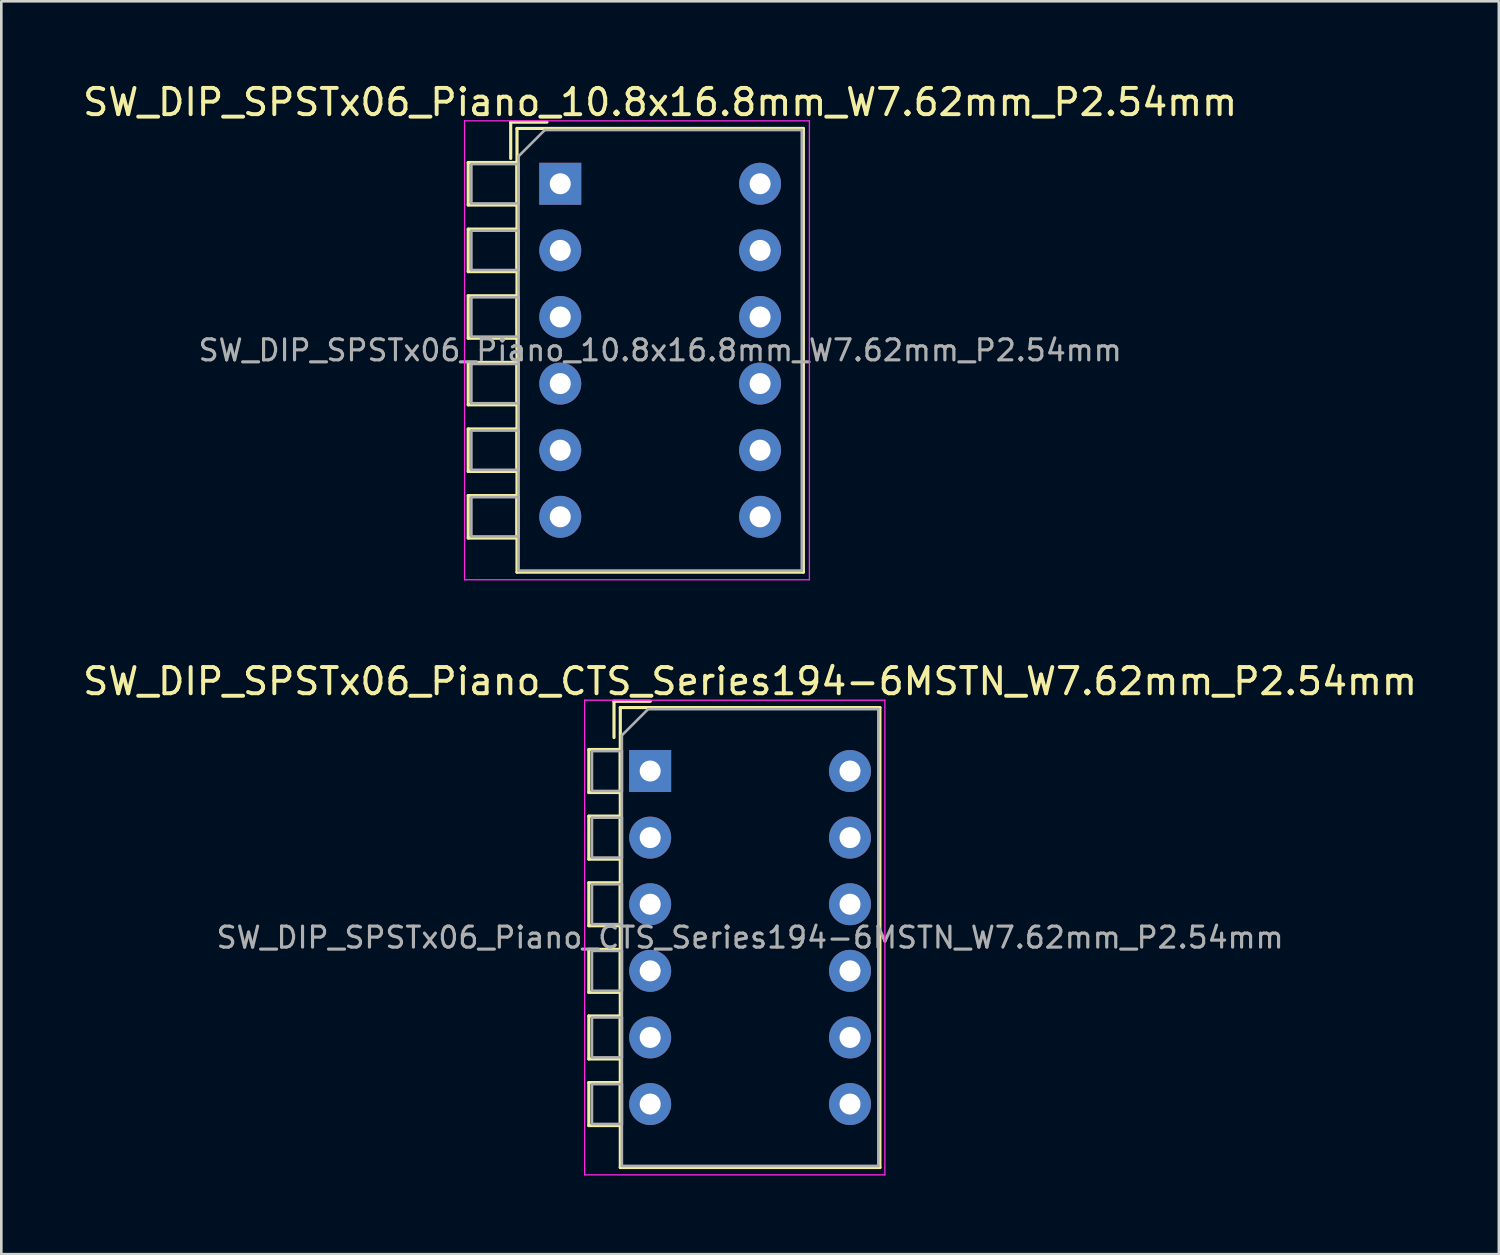
<source format=kicad_pcb>
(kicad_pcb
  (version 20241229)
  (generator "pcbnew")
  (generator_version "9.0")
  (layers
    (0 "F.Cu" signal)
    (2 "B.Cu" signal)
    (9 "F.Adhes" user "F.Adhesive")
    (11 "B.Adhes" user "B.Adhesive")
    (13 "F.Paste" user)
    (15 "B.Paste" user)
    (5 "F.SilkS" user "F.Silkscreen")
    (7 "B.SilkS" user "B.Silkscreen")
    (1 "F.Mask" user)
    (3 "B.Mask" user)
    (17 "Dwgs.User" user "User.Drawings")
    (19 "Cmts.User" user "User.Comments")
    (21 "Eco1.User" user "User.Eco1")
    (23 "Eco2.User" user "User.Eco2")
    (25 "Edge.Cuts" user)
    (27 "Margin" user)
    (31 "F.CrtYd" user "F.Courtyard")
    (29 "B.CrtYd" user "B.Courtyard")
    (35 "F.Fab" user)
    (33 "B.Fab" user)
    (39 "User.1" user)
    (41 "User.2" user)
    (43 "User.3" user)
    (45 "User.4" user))
  (footprint "SW_DIP_SPSTx06_Piano_10.8x16.8mm_W7.62mm_P2.54mm"
    (layer "F.Cu")
    (at 18.315 3.958)
    (property "Reference" "SW_DIP_SPSTx06_Piano_10.8x16.8mm_W7.62mm_P2.54mm" (at 3.81 -3.11 0) (layer "F.SilkS") (effects (font (size 1 1) (thickness 0.15))))
    (attr through_hole)
    (fp_line (start -3.51 -0.81) (end -3.51 0.81) (stroke (width 0.12) (type solid)) (layer "F.SilkS"))
    (fp_line (start -3.51 -0.81) (end -1.65 -0.81) (stroke (width 0.12) (type solid)) (layer "F.SilkS"))
    (fp_line (start -3.51 0.81) (end -1.65 0.81) (stroke (width 0.12) (type solid)) (layer "F.SilkS"))
    (fp_line (start -3.51 1.73) (end -3.51 3.35) (stroke (width 0.12) (type solid)) (layer "F.SilkS"))
    (fp_line (start -3.51 1.73) (end -1.65 1.73) (stroke (width 0.12) (type solid)) (layer "F.SilkS"))
    (fp_line (start -3.51 3.35) (end -1.65 3.35) (stroke (width 0.12) (type solid)) (layer "F.SilkS"))
    (fp_line (start -3.51 4.27) (end -3.51 5.89) (stroke (width 0.12) (type solid)) (layer "F.SilkS"))
    (fp_line (start -3.51 4.27) (end -1.65 4.27) (stroke (width 0.12) (type solid)) (layer "F.SilkS"))
    (fp_line (start -3.51 5.89) (end -1.65 5.89) (stroke (width 0.12) (type solid)) (layer "F.SilkS"))
    (fp_line (start -3.51 6.81) (end -3.51 8.43) (stroke (width 0.12) (type solid)) (layer "F.SilkS"))
    (fp_line (start -3.51 6.81) (end -1.65 6.81) (stroke (width 0.12) (type solid)) (layer "F.SilkS"))
    (fp_line (start -3.51 8.43) (end -1.65 8.43) (stroke (width 0.12) (type solid)) (layer "F.SilkS"))
    (fp_line (start -3.51 9.35) (end -3.51 10.97) (stroke (width 0.12) (type solid)) (layer "F.SilkS"))
    (fp_line (start -3.51 9.35) (end -1.65 9.35) (stroke (width 0.12) (type solid)) (layer "F.SilkS"))
    (fp_line (start -3.51 10.97) (end -1.65 10.97) (stroke (width 0.12) (type solid)) (layer "F.SilkS"))
    (fp_line (start -3.51 11.89) (end -3.51 13.51) (stroke (width 0.12) (type solid)) (layer "F.SilkS"))
    (fp_line (start -3.51 11.89) (end -1.65 11.89) (stroke (width 0.12) (type solid)) (layer "F.SilkS"))
    (fp_line (start -3.51 13.51) (end -1.65 13.51) (stroke (width 0.12) (type solid)) (layer "F.SilkS"))
    (fp_line (start -1.89 -2.35) (end -1.89 -0.967) (stroke (width 0.12) (type solid)) (layer "F.SilkS"))
    (fp_line (start -1.89 -2.35) (end -0.507 -2.35) (stroke (width 0.12) (type solid)) (layer "F.SilkS"))
    (fp_line (start -1.65 -2.11) (end -1.65 14.811) (stroke (width 0.12) (type solid)) (layer "F.SilkS"))
    (fp_line (start -1.65 -2.11) (end 9.27 -2.11) (stroke (width 0.12) (type solid)) (layer "F.SilkS"))
    (fp_line (start -1.65 -0.81) (end -1.65 0.81) (stroke (width 0.12) (type solid)) (layer "F.SilkS"))
    (fp_line (start -1.65 1.73) (end -1.65 3.35) (stroke (width 0.12) (type solid)) (layer "F.SilkS"))
    (fp_line (start -1.65 4.27) (end -1.65 5.89) (stroke (width 0.12) (type solid)) (layer "F.SilkS"))
    (fp_line (start -1.65 6.81) (end -1.65 8.43) (stroke (width 0.12) (type solid)) (layer "F.SilkS"))
    (fp_line (start -1.65 9.35) (end -1.65 10.97) (stroke (width 0.12) (type solid)) (layer "F.SilkS"))
    (fp_line (start -1.65 11.89) (end -1.65 13.51) (stroke (width 0.12) (type solid)) (layer "F.SilkS"))
    (fp_line (start -1.65 14.811) (end 9.27 14.811) (stroke (width 0.12) (type solid)) (layer "F.SilkS"))
    (fp_line (start 9.27 -2.11) (end 9.27 14.811) (stroke (width 0.12) (type solid)) (layer "F.SilkS"))
    (fp_line (start -3.65 -2.4) (end -3.65 15.1) (stroke (width 0.05) (type solid)) (layer "F.CrtYd"))
    (fp_line (start -3.65 15.1) (end 9.5 15.1) (stroke (width 0.05) (type solid)) (layer "F.CrtYd"))
    (fp_line (start 9.5 -2.4) (end -3.65 -2.4) (stroke (width 0.05) (type solid)) (layer "F.CrtYd"))
    (fp_line (start 9.5 15.1) (end 9.5 -2.4) (stroke (width 0.05) (type solid)) (layer "F.CrtYd"))
    (fp_line (start -3.39 -0.75) (end -1.59 -0.75) (stroke (width 0.1) (type solid)) (layer "F.Fab"))
    (fp_line (start -3.39 0.75) (end -3.39 -0.75) (stroke (width 0.1) (type solid)) (layer "F.Fab"))
    (fp_line (start -3.39 1.79) (end -1.59 1.79) (stroke (width 0.1) (type solid)) (layer "F.Fab"))
    (fp_line (start -3.39 3.29) (end -3.39 1.79) (stroke (width 0.1) (type solid)) (layer "F.Fab"))
    (fp_line (start -3.39 4.33) (end -1.59 4.33) (stroke (width 0.1) (type solid)) (layer "F.Fab"))
    (fp_line (start -3.39 5.83) (end -3.39 4.33) (stroke (width 0.1) (type solid)) (layer "F.Fab"))
    (fp_line (start -3.39 6.87) (end -1.59 6.87) (stroke (width 0.1) (type solid)) (layer "F.Fab"))
    (fp_line (start -3.39 8.37) (end -3.39 6.87) (stroke (width 0.1) (type solid)) (layer "F.Fab"))
    (fp_line (start -3.39 9.41) (end -1.59 9.41) (stroke (width 0.1) (type solid)) (layer "F.Fab"))
    (fp_line (start -3.39 10.91) (end -3.39 9.41) (stroke (width 0.1) (type solid)) (layer "F.Fab"))
    (fp_line (start -3.39 11.95) (end -1.59 11.95) (stroke (width 0.1) (type solid)) (layer "F.Fab"))
    (fp_line (start -3.39 13.45) (end -3.39 11.95) (stroke (width 0.1) (type solid)) (layer "F.Fab"))
    (fp_line (start -1.59 -1.05) (end -0.59 -2.05) (stroke (width 0.1) (type solid)) (layer "F.Fab"))
    (fp_line (start -1.59 -0.75) (end -1.59 0.75) (stroke (width 0.1) (type solid)) (layer "F.Fab"))
    (fp_line (start -1.59 0.75) (end -3.39 0.75) (stroke (width 0.1) (type solid)) (layer "F.Fab"))
    (fp_line (start -1.59 1.79) (end -1.59 3.29) (stroke (width 0.1) (type solid)) (layer "F.Fab"))
    (fp_line (start -1.59 3.29) (end -3.39 3.29) (stroke (width 0.1) (type solid)) (layer "F.Fab"))
    (fp_line (start -1.59 4.33) (end -1.59 5.83) (stroke (width 0.1) (type solid)) (layer "F.Fab"))
    (fp_line (start -1.59 5.83) (end -3.39 5.83) (stroke (width 0.1) (type solid)) (layer "F.Fab"))
    (fp_line (start -1.59 6.87) (end -1.59 8.37) (stroke (width 0.1) (type solid)) (layer "F.Fab"))
    (fp_line (start -1.59 8.37) (end -3.39 8.37) (stroke (width 0.1) (type solid)) (layer "F.Fab"))
    (fp_line (start -1.59 9.41) (end -1.59 10.91) (stroke (width 0.1) (type solid)) (layer "F.Fab"))
    (fp_line (start -1.59 10.91) (end -3.39 10.91) (stroke (width 0.1) (type solid)) (layer "F.Fab"))
    (fp_line (start -1.59 11.95) (end -1.59 13.45) (stroke (width 0.1) (type solid)) (layer "F.Fab"))
    (fp_line (start -1.59 13.45) (end -3.39 13.45) (stroke (width 0.1) (type solid)) (layer "F.Fab"))
    (fp_line (start -1.59 14.75) (end -1.59 -1.05) (stroke (width 0.1) (type solid)) (layer "F.Fab"))
    (fp_line (start -0.59 -2.05) (end 9.21 -2.05) (stroke (width 0.1) (type solid)) (layer "F.Fab"))
    (fp_line (start 9.21 -2.05) (end 9.21 14.75) (stroke (width 0.1) (type solid)) (layer "F.Fab"))
    (fp_line (start 9.21 14.75) (end -1.59 14.75) (stroke (width 0.1) (type solid)) (layer "F.Fab"))
    (fp_text user "${REFERENCE}" (at 3.81 6.35 0) (layer "F.Fab") (effects (font (size 0.8 0.8) (thickness 0.12))))
    (pad "1" thru_hole rect (at 0 0) (size 1.6 1.6) (drill 0.8) (layers "*.Cu" "*.Mask"))
    (pad "2" thru_hole oval (at 0 2.54) (size 1.6 1.6) (drill 0.8) (layers "*.Cu" "*.Mask"))
    (pad "3" thru_hole oval (at 0 5.08) (size 1.6 1.6) (drill 0.8) (layers "*.Cu" "*.Mask"))
    (pad "4" thru_hole oval (at 0 7.62) (size 1.6 1.6) (drill 0.8) (layers "*.Cu" "*.Mask"))
    (pad "5" thru_hole oval (at 0 10.16) (size 1.6 1.6) (drill 0.8) (layers "*.Cu" "*.Mask"))
    (pad "6" thru_hole oval (at 0 12.7) (size 1.6 1.6) (drill 0.8) (layers "*.Cu" "*.Mask"))
    (pad "7" thru_hole oval (at 7.62 12.7) (size 1.6 1.6) (drill 0.8) (layers "*.Cu" "*.Mask"))
    (pad "8" thru_hole oval (at 7.62 10.16) (size 1.6 1.6) (drill 0.8) (layers "*.Cu" "*.Mask"))
    (pad "9" thru_hole oval (at 7.62 7.62) (size 1.6 1.6) (drill 0.8) (layers "*.Cu" "*.Mask"))
    (pad "10" thru_hole oval (at 7.62 5.08) (size 1.6 1.6) (drill 0.8) (layers "*.Cu" "*.Mask"))
    (pad "11" thru_hole oval (at 7.62 2.54) (size 1.6 1.6) (drill 0.8) (layers "*.Cu" "*.Mask"))
    (pad "12" thru_hole oval (at 7.62 0) (size 1.6 1.6) (drill 0.8) (layers "*.Cu" "*.Mask")))
  (footprint "SW_DIP_SPSTx06_Piano_CTS_Series194-6MSTN_W7.62mm_P2.54mm"
    (layer "F.Cu")
    (at 21.744 26.352)
    (property "Reference" "SW_DIP_SPSTx06_Piano_CTS_Series194-6MSTN_W7.62mm_P2.54mm" (at 3.81 -3.42 0) (layer "F.SilkS") (effects (font (size 1 1) (thickness 0.15))))
    (attr through_hole)
    (fp_line (start -2.34 -0.82) (end -2.34 0.82) (stroke (width 0.12) (type solid)) (layer "F.SilkS"))
    (fp_line (start -2.34 -0.82) (end -1.14 -0.82) (stroke (width 0.12) (type solid)) (layer "F.SilkS"))
    (fp_line (start -2.34 0.82) (end -1.14 0.82) (stroke (width 0.12) (type solid)) (layer "F.SilkS"))
    (fp_line (start -2.34 1.72) (end -2.34 3.361) (stroke (width 0.12) (type solid)) (layer "F.SilkS"))
    (fp_line (start -2.34 1.72) (end -1.14 1.72) (stroke (width 0.12) (type solid)) (layer "F.SilkS"))
    (fp_line (start -2.34 3.361) (end -1.14 3.361) (stroke (width 0.12) (type solid)) (layer "F.SilkS"))
    (fp_line (start -2.34 4.261) (end -2.34 5.9) (stroke (width 0.12) (type solid)) (layer "F.SilkS"))
    (fp_line (start -2.34 4.261) (end -1.14 4.261) (stroke (width 0.12) (type solid)) (layer "F.SilkS"))
    (fp_line (start -2.34 5.9) (end -1.14 5.9) (stroke (width 0.12) (type solid)) (layer "F.SilkS"))
    (fp_line (start -2.34 6.801) (end -2.34 8.441) (stroke (width 0.12) (type solid)) (layer "F.SilkS"))
    (fp_line (start -2.34 6.801) (end -1.14 6.801) (stroke (width 0.12) (type solid)) (layer "F.SilkS"))
    (fp_line (start -2.34 8.441) (end -1.14 8.441) (stroke (width 0.12) (type solid)) (layer "F.SilkS"))
    (fp_line (start -2.34 9.34) (end -2.34 10.98) (stroke (width 0.12) (type solid)) (layer "F.SilkS"))
    (fp_line (start -2.34 9.34) (end -1.14 9.34) (stroke (width 0.12) (type solid)) (layer "F.SilkS"))
    (fp_line (start -2.34 10.98) (end -1.14 10.98) (stroke (width 0.12) (type solid)) (layer "F.SilkS"))
    (fp_line (start -2.34 11.88) (end -2.34 13.52) (stroke (width 0.12) (type solid)) (layer "F.SilkS"))
    (fp_line (start -2.34 11.88) (end -1.14 11.88) (stroke (width 0.12) (type solid)) (layer "F.SilkS"))
    (fp_line (start -2.34 13.52) (end -1.14 13.52) (stroke (width 0.12) (type solid)) (layer "F.SilkS"))
    (fp_line (start -1.38 -2.66) (end -1.38 -1.277) (stroke (width 0.12) (type solid)) (layer "F.SilkS"))
    (fp_line (start -1.38 -2.66) (end 0.004 -2.66) (stroke (width 0.12) (type solid)) (layer "F.SilkS"))
    (fp_line (start -1.14 -2.42) (end -1.14 15.12) (stroke (width 0.12) (type solid)) (layer "F.SilkS"))
    (fp_line (start -1.14 -2.42) (end 8.76 -2.42) (stroke (width 0.12) (type solid)) (layer "F.SilkS"))
    (fp_line (start -1.14 -0.82) (end -1.14 0.82) (stroke (width 0.12) (type solid)) (layer "F.SilkS"))
    (fp_line (start -1.14 1.72) (end -1.14 3.361) (stroke (width 0.12) (type solid)) (layer "F.SilkS"))
    (fp_line (start -1.14 4.261) (end -1.14 5.9) (stroke (width 0.12) (type solid)) (layer "F.SilkS"))
    (fp_line (start -1.14 6.801) (end -1.14 8.441) (stroke (width 0.12) (type solid)) (layer "F.SilkS"))
    (fp_line (start -1.14 9.34) (end -1.14 10.98) (stroke (width 0.12) (type solid)) (layer "F.SilkS"))
    (fp_line (start -1.14 11.88) (end -1.14 13.52) (stroke (width 0.12) (type solid)) (layer "F.SilkS"))
    (fp_line (start -1.14 15.12) (end 8.76 15.12) (stroke (width 0.12) (type solid)) (layer "F.SilkS"))
    (fp_line (start 8.76 -2.42) (end 8.76 15.12) (stroke (width 0.12) (type solid)) (layer "F.SilkS"))
    (fp_line (start -2.5 -2.7) (end -2.5 15.4) (stroke (width 0.05) (type solid)) (layer "F.CrtYd"))
    (fp_line (start -2.5 15.4) (end 8.95 15.4) (stroke (width 0.05) (type solid)) (layer "F.CrtYd"))
    (fp_line (start 8.95 -2.7) (end -2.5 -2.7) (stroke (width 0.05) (type solid)) (layer "F.CrtYd"))
    (fp_line (start 8.95 15.4) (end 8.95 -2.7) (stroke (width 0.05) (type solid)) (layer "F.CrtYd"))
    (fp_line (start -2.22 -0.76) (end -1.08 -0.76) (stroke (width 0.1) (type solid)) (layer "F.Fab"))
    (fp_line (start -2.22 0.76) (end -2.22 -0.76) (stroke (width 0.1) (type solid)) (layer "F.Fab"))
    (fp_line (start -2.22 1.78) (end -1.08 1.78) (stroke (width 0.1) (type solid)) (layer "F.Fab"))
    (fp_line (start -2.22 3.3) (end -2.22 1.78) (stroke (width 0.1) (type solid)) (layer "F.Fab"))
    (fp_line (start -2.22 4.32) (end -1.08 4.32) (stroke (width 0.1) (type solid)) (layer "F.Fab"))
    (fp_line (start -2.22 5.84) (end -2.22 4.32) (stroke (width 0.1) (type solid)) (layer "F.Fab"))
    (fp_line (start -2.22 6.86) (end -1.08 6.86) (stroke (width 0.1) (type solid)) (layer "F.Fab"))
    (fp_line (start -2.22 8.38) (end -2.22 6.86) (stroke (width 0.1) (type solid)) (layer "F.Fab"))
    (fp_line (start -2.22 9.4) (end -1.08 9.4) (stroke (width 0.1) (type solid)) (layer "F.Fab"))
    (fp_line (start -2.22 10.92) (end -2.22 9.4) (stroke (width 0.1) (type solid)) (layer "F.Fab"))
    (fp_line (start -2.22 11.94) (end -1.08 11.94) (stroke (width 0.1) (type solid)) (layer "F.Fab"))
    (fp_line (start -2.22 13.46) (end -2.22 11.94) (stroke (width 0.1) (type solid)) (layer "F.Fab"))
    (fp_line (start -1.08 -1.36) (end -0.08 -2.36) (stroke (width 0.1) (type solid)) (layer "F.Fab"))
    (fp_line (start -1.08 -0.76) (end -1.08 0.76) (stroke (width 0.1) (type solid)) (layer "F.Fab"))
    (fp_line (start -1.08 0.76) (end -2.22 0.76) (stroke (width 0.1) (type solid)) (layer "F.Fab"))
    (fp_line (start -1.08 1.78) (end -1.08 3.3) (stroke (width 0.1) (type solid)) (layer "F.Fab"))
    (fp_line (start -1.08 3.3) (end -2.22 3.3) (stroke (width 0.1) (type solid)) (layer "F.Fab"))
    (fp_line (start -1.08 4.32) (end -1.08 5.84) (stroke (width 0.1) (type solid)) (layer "F.Fab"))
    (fp_line (start -1.08 5.84) (end -2.22 5.84) (stroke (width 0.1) (type solid)) (layer "F.Fab"))
    (fp_line (start -1.08 6.86) (end -1.08 8.38) (stroke (width 0.1) (type solid)) (layer "F.Fab"))
    (fp_line (start -1.08 8.38) (end -2.22 8.38) (stroke (width 0.1) (type solid)) (layer "F.Fab"))
    (fp_line (start -1.08 9.4) (end -1.08 10.92) (stroke (width 0.1) (type solid)) (layer "F.Fab"))
    (fp_line (start -1.08 10.92) (end -2.22 10.92) (stroke (width 0.1) (type solid)) (layer "F.Fab"))
    (fp_line (start -1.08 11.94) (end -1.08 13.46) (stroke (width 0.1) (type solid)) (layer "F.Fab"))
    (fp_line (start -1.08 13.46) (end -2.22 13.46) (stroke (width 0.1) (type solid)) (layer "F.Fab"))
    (fp_line (start -1.08 15.06) (end -1.08 -1.36) (stroke (width 0.1) (type solid)) (layer "F.Fab"))
    (fp_line (start -0.08 -2.36) (end 8.7 -2.36) (stroke (width 0.1) (type solid)) (layer "F.Fab"))
    (fp_line (start 8.7 -2.36) (end 8.7 15.06) (stroke (width 0.1) (type solid)) (layer "F.Fab"))
    (fp_line (start 8.7 15.06) (end -1.08 15.06) (stroke (width 0.1) (type solid)) (layer "F.Fab"))
    (fp_text user "${REFERENCE}" (at 3.81 6.35 0) (layer "F.Fab") (effects (font (size 0.8 0.8) (thickness 0.12))))
    (pad "1" thru_hole rect (at 0 0) (size 1.6 1.6) (drill 0.8) (layers "*.Cu" "*.Mask"))
    (pad "2" thru_hole oval (at 0 2.54) (size 1.6 1.6) (drill 0.8) (layers "*.Cu" "*.Mask"))
    (pad "3" thru_hole oval (at 0 5.08) (size 1.6 1.6) (drill 0.8) (layers "*.Cu" "*.Mask"))
    (pad "4" thru_hole oval (at 0 7.62) (size 1.6 1.6) (drill 0.8) (layers "*.Cu" "*.Mask"))
    (pad "5" thru_hole oval (at 0 10.16) (size 1.6 1.6) (drill 0.8) (layers "*.Cu" "*.Mask"))
    (pad "6" thru_hole oval (at 0 12.7) (size 1.6 1.6) (drill 0.8) (layers "*.Cu" "*.Mask"))
    (pad "7" thru_hole oval (at 7.62 12.7) (size 1.6 1.6) (drill 0.8) (layers "*.Cu" "*.Mask"))
    (pad "8" thru_hole oval (at 7.62 10.16) (size 1.6 1.6) (drill 0.8) (layers "*.Cu" "*.Mask"))
    (pad "9" thru_hole oval (at 7.62 7.62) (size 1.6 1.6) (drill 0.8) (layers "*.Cu" "*.Mask"))
    (pad "10" thru_hole oval (at 7.62 5.08) (size 1.6 1.6) (drill 0.8) (layers "*.Cu" "*.Mask"))
    (pad "11" thru_hole oval (at 7.62 2.54) (size 1.6 1.6) (drill 0.8) (layers "*.Cu" "*.Mask"))
    (pad "12" thru_hole oval (at 7.62 0) (size 1.6 1.6) (drill 0.8) (layers "*.Cu" "*.Mask")))
  (gr_rect
    (start -3 -3)
    (end 54.107 44.776)
    (stroke (width 0.1) (type default))
    (fill no)
    (layer "Edge.Cuts")))
</source>
